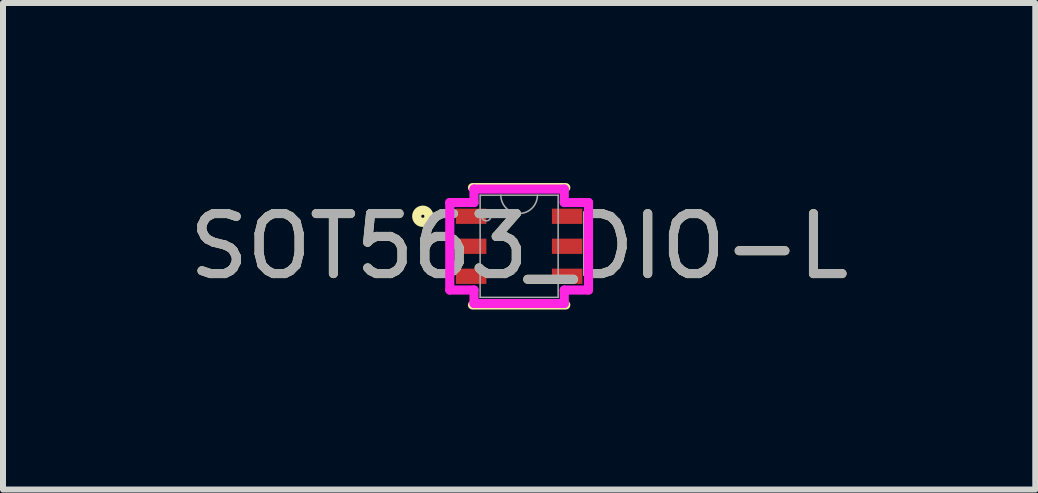
<source format=kicad_pcb>
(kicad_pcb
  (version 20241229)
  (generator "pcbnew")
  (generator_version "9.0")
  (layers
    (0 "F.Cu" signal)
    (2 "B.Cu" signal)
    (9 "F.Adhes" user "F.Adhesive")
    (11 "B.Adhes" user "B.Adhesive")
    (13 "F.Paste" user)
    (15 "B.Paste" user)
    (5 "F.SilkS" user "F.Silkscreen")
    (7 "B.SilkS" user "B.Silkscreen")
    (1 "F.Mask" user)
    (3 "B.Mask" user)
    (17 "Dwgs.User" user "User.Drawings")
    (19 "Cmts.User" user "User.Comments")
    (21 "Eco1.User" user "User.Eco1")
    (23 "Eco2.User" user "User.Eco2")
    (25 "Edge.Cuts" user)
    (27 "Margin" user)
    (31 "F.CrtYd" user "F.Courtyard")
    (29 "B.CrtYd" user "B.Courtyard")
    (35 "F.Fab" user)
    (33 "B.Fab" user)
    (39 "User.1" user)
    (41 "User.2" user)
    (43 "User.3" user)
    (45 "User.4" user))
  (footprint "SOT563_DIO-L"
    (layer "F.Cu")
    (at 5.601 1.054)
    (property "Reference" "SOT563_DIO-L" (at 0 0 0) (unlocked yes) (layer "F.SilkS") (effects (font (size 1 1) (thickness 0.15))))
    (attr smd)
    (fp_line (start -0.777 0.978) (end 0.777 0.978) (stroke (width 0.152) (type solid)) (layer "F.SilkS"))
    (fp_line (start 0.777 -0.978) (end -0.777 -0.978) (stroke (width 0.152) (type solid)) (layer "F.SilkS"))
    (fp_circle (center -1.605 -0.5) (end -1.503 -0.5) (stroke (width 0.152) (type solid)) (fill no) (layer "F.SilkS"))
    (fp_line (start -1.156 -0.729) (end -0.752 -0.729) (stroke (width 0.152) (type solid)) (layer "F.CrtYd"))
    (fp_line (start -1.156 0.729) (end -1.156 -0.729) (stroke (width 0.152) (type solid)) (layer "F.CrtYd"))
    (fp_line (start -1.156 0.729) (end -0.752 0.729) (stroke (width 0.152) (type solid)) (layer "F.CrtYd"))
    (fp_line (start -0.752 -0.953) (end 0.752 -0.953) (stroke (width 0.152) (type solid)) (layer "F.CrtYd"))
    (fp_line (start -0.752 -0.729) (end -0.752 -0.953) (stroke (width 0.152) (type solid)) (layer "F.CrtYd"))
    (fp_line (start -0.752 0.953) (end -0.752 0.729) (stroke (width 0.152) (type solid)) (layer "F.CrtYd"))
    (fp_line (start 0.752 -0.953) (end 0.752 -0.729) (stroke (width 0.152) (type solid)) (layer "F.CrtYd"))
    (fp_line (start 0.752 0.729) (end 0.752 0.953) (stroke (width 0.152) (type solid)) (layer "F.CrtYd"))
    (fp_line (start 0.752 0.953) (end -0.752 0.953) (stroke (width 0.152) (type solid)) (layer "F.CrtYd"))
    (fp_line (start 1.156 -0.729) (end 0.752 -0.729) (stroke (width 0.152) (type solid)) (layer "F.CrtYd"))
    (fp_line (start 1.156 -0.729) (end 1.156 0.729) (stroke (width 0.152) (type solid)) (layer "F.CrtYd"))
    (fp_line (start 1.156 0.729) (end 0.752 0.729) (stroke (width 0.152) (type solid)) (layer "F.CrtYd"))
    (fp_line (start -0.65 -0.851) (end -0.65 0.851) (stroke (width 0.025) (type solid)) (layer "F.Fab"))
    (fp_line (start -0.65 0.851) (end 0.65 0.851) (stroke (width 0.025) (type solid)) (layer "F.Fab"))
    (fp_line (start 0.65 -0.851) (end -0.65 -0.851) (stroke (width 0.025) (type solid)) (layer "F.Fab"))
    (fp_line (start 0.65 0.851) (end 0.65 -0.851) (stroke (width 0.025) (type solid)) (layer "F.Fab"))
    (fp_arc (start 0.3048 -0.8509) (mid 0 -0.5461) (end -0.3048 -0.8509) (stroke (width 0.0254) (type solid)) (layer "F.Fab"))
    (fp_circle (center -0.546 -0.5) (end -0.47 -0.5) (stroke (width 0.025) (type solid)) (fill no) (layer "F.Fab"))
    (fp_text user "${REFERENCE}" (at 0 0 0) (unlocked yes) (layer "F.Fab") (effects (font (size 1 1) (thickness 0.15))))
    (pad "1" smd rect (at -0.8 -0.5) (size 0.508 0.254) (layers "F.Cu" "F.Mask" "F.Paste"))
    (pad "2" smd rect (at -0.8 0) (size 0.508 0.254) (layers "F.Cu" "F.Mask" "F.Paste"))
    (pad "3" smd rect (at -0.8 0.5) (size 0.508 0.254) (layers "F.Cu" "F.Mask" "F.Paste"))
    (pad "4" smd rect (at 0.8 0.5) (size 0.508 0.254) (layers "F.Cu" "F.Mask" "F.Paste"))
    (pad "5" smd rect (at 0.8 0) (size 0.508 0.254) (layers "F.Cu" "F.Mask" "F.Paste"))
    (pad "6" smd rect (at 0.8 -0.5) (size 0.508 0.254) (layers "F.Cu" "F.Mask" "F.Paste")))
  (gr_rect
    (start -3 -3)
    (end 14.202 5.108)
    (stroke (width 0.1) (type default))
    (fill no)
    (layer "Edge.Cuts")))
</source>
